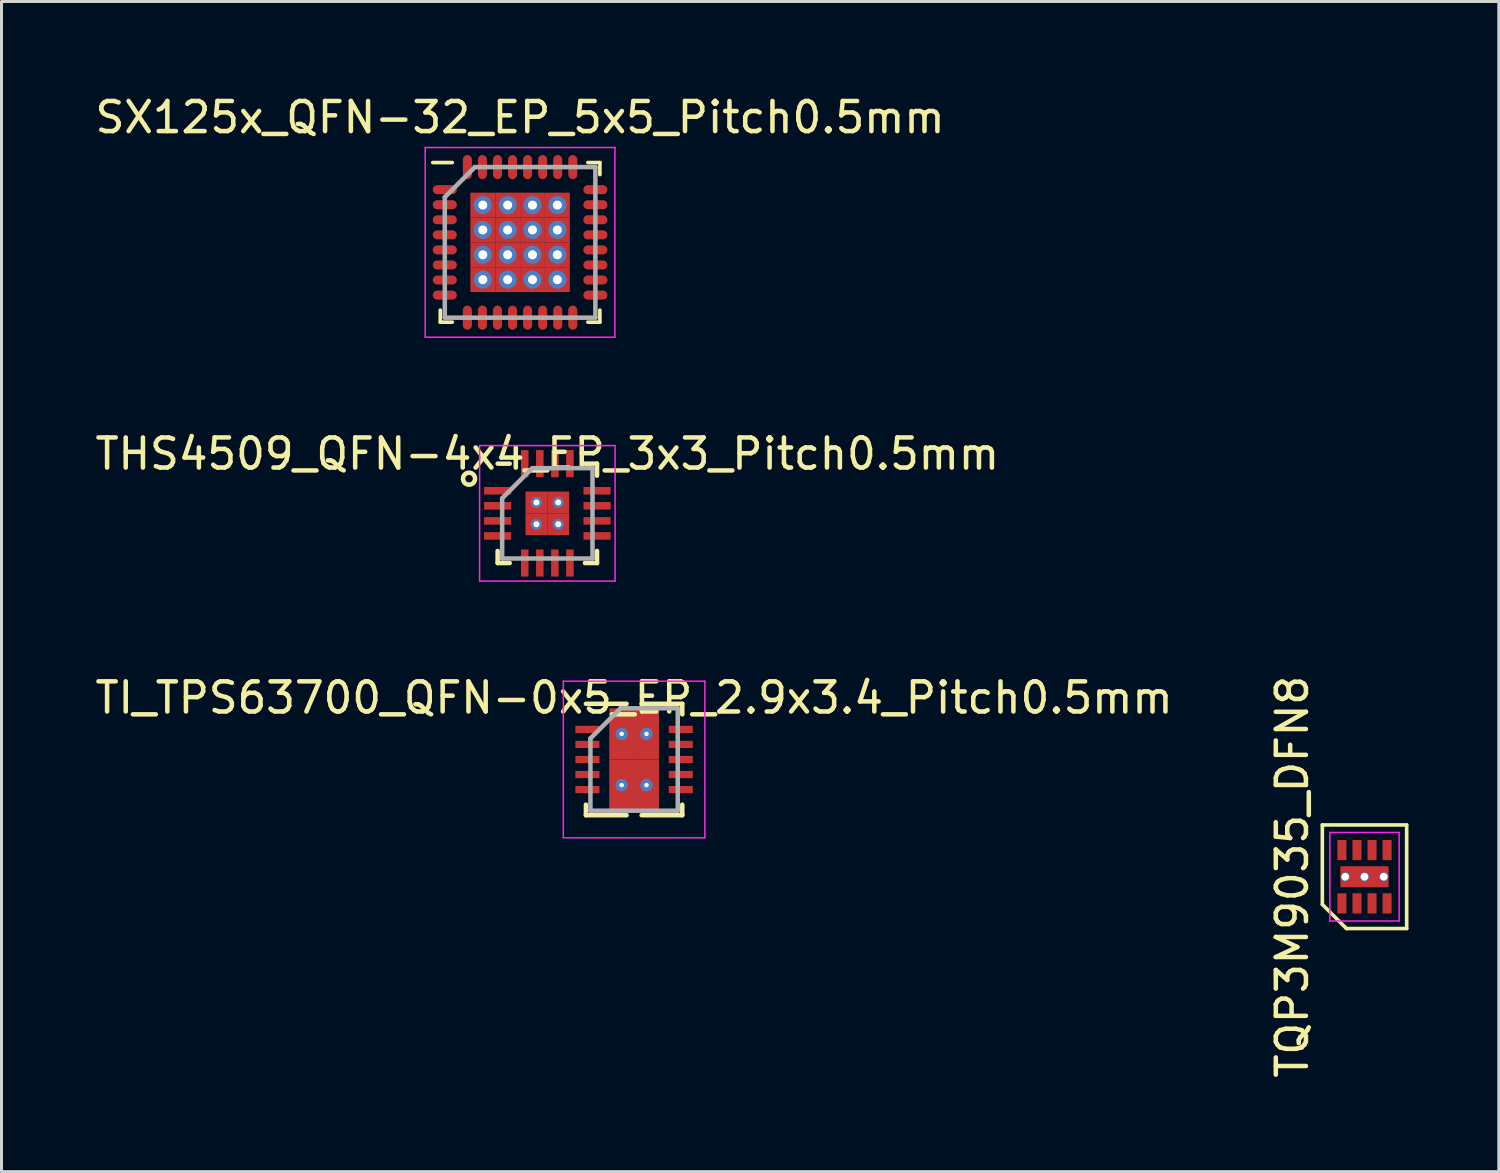
<source format=kicad_pcb>
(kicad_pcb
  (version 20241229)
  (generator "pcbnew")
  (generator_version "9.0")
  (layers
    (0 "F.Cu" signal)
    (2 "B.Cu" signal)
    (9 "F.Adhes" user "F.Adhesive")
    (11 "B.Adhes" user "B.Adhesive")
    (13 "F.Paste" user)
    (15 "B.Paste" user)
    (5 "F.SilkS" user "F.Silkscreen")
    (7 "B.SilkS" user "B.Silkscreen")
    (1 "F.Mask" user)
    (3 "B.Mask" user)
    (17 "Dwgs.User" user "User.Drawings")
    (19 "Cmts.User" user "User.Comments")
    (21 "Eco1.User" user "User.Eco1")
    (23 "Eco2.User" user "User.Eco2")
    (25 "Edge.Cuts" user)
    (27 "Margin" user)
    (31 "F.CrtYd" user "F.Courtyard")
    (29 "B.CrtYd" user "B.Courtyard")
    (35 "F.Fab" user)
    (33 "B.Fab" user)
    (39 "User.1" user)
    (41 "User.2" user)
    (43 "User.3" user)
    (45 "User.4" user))
  (footprint "TQP3M9035_DFN8"
    (layer "F.Cu")
    (at 42.26 26.063)
    (property "Reference" "TQP3M9035_DFN8" (at -2.4 0 90) (layer "F.SilkS") (effects (font (size 1 1) (thickness 0.15))))
    (attr smd)
    (fp_line (start -1.4 -1.72) (end 1.4 -1.72) (stroke (width 0.12) (type solid)) (layer "F.SilkS"))
    (fp_line (start -1.4 0.92) (end -1.4 -1.72) (stroke (width 0.12) (type solid)) (layer "F.SilkS"))
    (fp_line (start -0.6 1.72) (end -1.4 0.92) (stroke (width 0.12) (type solid)) (layer "F.SilkS"))
    (fp_line (start 1.4 -1.72) (end 1.4 1.72) (stroke (width 0.12) (type solid)) (layer "F.SilkS"))
    (fp_line (start 1.4 1.72) (end -0.6 1.72) (stroke (width 0.12) (type solid)) (layer "F.SilkS"))
    (fp_line (start -1.15 -1.47) (end 1.15 -1.47) (stroke (width 0.05) (type solid)) (layer "F.CrtYd"))
    (fp_line (start -1.15 1.47) (end -1.15 -1.47) (stroke (width 0.05) (type solid)) (layer "F.CrtYd"))
    (fp_line (start 1.15 -1.47) (end 1.15 1.47) (stroke (width 0.05) (type solid)) (layer "F.CrtYd"))
    (fp_line (start 1.15 1.47) (end -1.15 1.47) (stroke (width 0.05) (type solid)) (layer "F.CrtYd"))
    (pad "1" smd rect (at -0.75 0.885) (size 0.3 0.67) (layers "F.Cu" "F.Mask" "F.Paste"))
    (pad "2" smd rect (at -0.25 0.885) (size 0.3 0.67) (layers "F.Cu" "F.Mask" "F.Paste"))
    (pad "3" smd rect (at 0.25 0.885) (size 0.3 0.67) (layers "F.Cu" "F.Mask" "F.Paste"))
    (pad "4" smd rect (at 0.75 0.885) (size 0.3 0.67) (layers "F.Cu" "F.Mask" "F.Paste"))
    (pad "5" smd rect (at 0.75 -0.885) (size 0.3 0.67) (layers "F.Cu" "F.Mask" "F.Paste"))
    (pad "6" smd rect (at 0.25 -0.885) (size 0.3 0.67) (layers "F.Cu" "F.Mask" "F.Paste"))
    (pad "7" smd rect (at -0.25 -0.885) (size 0.3 0.67) (layers "F.Cu" "F.Mask" "F.Paste"))
    (pad "8" smd rect (at -0.75 -0.885) (size 0.3 0.67) (layers "F.Cu" "F.Mask" "F.Paste"))
    (pad "9" thru_hole circle (at -0.64 0) (size 0.3 0.3) (drill 0.254) (layers "*.Cu" "*.Mask"))
    (pad "9" thru_hole circle (at 0 0) (size 0.3 0.3) (drill 0.254) (layers "*.Cu" "*.Mask"))
    (pad "9" smd rect (at 0 0) (size 1.6 0.7) (layers "F.Cu" "F.Mask" "F.Paste"))
    (pad "9" thru_hole circle (at 0.64 0) (size 0.3 0.3) (drill 0.254) (layers "*.Cu" "*.Mask")))
  (footprint "TI_TPS63700_QFN-0x5_EP_2.9x3.4_Pitch0.5mm"
    (layer "F.Cu")
    (at 18.006 22.17)
    (property "Reference" "TI_TPS63700_QFN-0x5_EP_2.9x3.4_Pitch0.5mm" (at 0 -2.05 0) (layer "F.SilkS") (effects (font (size 1 1) (thickness 0.15))))
    (attr smd)
    (fp_line (start -1.6 1.85) (end -1.6 1.5) (stroke (width 0.15) (type solid)) (layer "F.SilkS"))
    (fp_line (start -0.25 -1.85) (end -1.6 -1.85) (stroke (width 0.15) (type solid)) (layer "F.SilkS"))
    (fp_line (start -0.25 1.85) (end -1.6 1.85) (stroke (width 0.15) (type solid)) (layer "F.SilkS"))
    (fp_line (start 0.25 -1.85) (end 1.6 -1.85) (stroke (width 0.15) (type solid)) (layer "F.SilkS"))
    (fp_line (start 0.25 1.85) (end 1.6 1.85) (stroke (width 0.15) (type solid)) (layer "F.SilkS"))
    (fp_line (start 1.6 -1.85) (end 1.6 -1.5) (stroke (width 0.15) (type solid)) (layer "F.SilkS"))
    (fp_line (start 1.6 1.85) (end 1.6 1.5) (stroke (width 0.15) (type solid)) (layer "F.SilkS"))
    (fp_line (start -2.35 -2.6) (end 2.35 -2.6) (stroke (width 0.05) (type solid)) (layer "F.CrtYd"))
    (fp_line (start -2.35 2.6) (end -2.35 -2.6) (stroke (width 0.05) (type solid)) (layer "F.CrtYd"))
    (fp_line (start 2.35 -2.6) (end 2.35 2.6) (stroke (width 0.05) (type solid)) (layer "F.CrtYd"))
    (fp_line (start 2.35 2.6) (end -2.35 2.6) (stroke (width 0.05) (type solid)) (layer "F.CrtYd"))
    (fp_line (start -1.45 -0.7) (end -1.45 1.7) (stroke (width 0.15) (type solid)) (layer "F.Fab"))
    (fp_line (start -1.45 1.7) (end 1.45 1.7) (stroke (width 0.15) (type solid)) (layer "F.Fab"))
    (fp_line (start -0.45 -1.7) (end -1.45 -0.7) (stroke (width 0.15) (type solid)) (layer "F.Fab"))
    (fp_line (start 1.45 -1.7) (end -0.45 -1.7) (stroke (width 0.15) (type solid)) (layer "F.Fab"))
    (fp_line (start 1.45 1.7) (end 1.45 -1.7) (stroke (width 0.15) (type solid)) (layer "F.Fab"))
    (pad "1" smd rect (at -1.55 -1 90) (size 0.24 0.8) (layers "F.Cu" "F.Mask" "F.Paste"))
    (pad "2" smd rect (at -1.55 -0.5 90) (size 0.24 0.8) (layers "F.Cu" "F.Mask" "F.Paste"))
    (pad "3" smd rect (at -1.55 0 90) (size 0.24 0.8) (layers "F.Cu" "F.Mask" "F.Paste"))
    (pad "4" smd rect (at -1.55 0.5 90) (size 0.24 0.8) (layers "F.Cu" "F.Mask" "F.Paste"))
    (pad "5" smd rect (at -1.55 1 90) (size 0.24 0.8) (layers "F.Cu" "F.Mask" "F.Paste"))
    (pad "6" smd rect (at 1.55 1 90) (size 0.24 0.8) (layers "F.Cu" "F.Mask" "F.Paste"))
    (pad "7" smd rect (at 1.55 0.5 90) (size 0.24 0.8) (layers "F.Cu" "F.Mask" "F.Paste"))
    (pad "8" smd rect (at 1.55 0 90) (size 0.24 0.8) (layers "F.Cu" "F.Mask" "F.Paste"))
    (pad "9" smd rect (at 1.55 -0.5 90) (size 0.24 0.8) (layers "F.Cu" "F.Mask" "F.Paste"))
    (pad "10" smd rect (at 1.55 -1 90) (size 0.24 0.8) (layers "F.Cu" "F.Mask" "F.Paste"))
    (pad "11" thru_hole circle (at -0.412 -0.85) (size 0.412 0.412) (drill 0.15) (layers "*.Cu" "*.Mask"))
    (pad "11" smd rect (at -0.412 -0.85) (size 0.825 1.7) (layers "F.Cu" "F.Mask" "F.Paste"))
    (pad "11" thru_hole circle (at -0.412 0.85) (size 0.412 0.412) (drill 0.15) (layers "*.Cu" "*.Mask"))
    (pad "11" smd rect (at -0.412 0.85) (size 0.825 1.7) (layers "F.Cu" "F.Mask" "F.Paste"))
    (pad "11" thru_hole circle (at 0.412 -0.85) (size 0.412 0.412) (drill 0.15) (layers "*.Cu" "*.Mask"))
    (pad "11" smd rect (at 0.412 -0.85) (size 0.825 1.7) (layers "F.Cu" "F.Mask" "F.Paste"))
    (pad "11" thru_hole circle (at 0.412 0.85) (size 0.412 0.412) (drill 0.15) (layers "*.Cu" "*.Mask"))
    (pad "11" smd rect (at 0.412 0.85) (size 0.825 1.7) (layers "F.Cu" "F.Mask" "F.Paste")))
  (footprint "THS4509_QFN-4x4_EP_3x3_Pitch0.5mm"
    (layer "F.Cu")
    (at 15.125 13.996)
    (property "Reference" "THS4509_QFN-4x4_EP_3x3_Pitch0.5mm" (at 0 -1.975 0) (layer "F.SilkS") (effects (font (size 1 1) (thickness 0.15))))
    (attr through_hole)
    (fp_line (start -1.65 1.65) (end -1.65 1.25) (stroke (width 0.15) (type default)) (layer "F.SilkS"))
    (fp_line (start -1.25 -1.65) (end -1.65 -1.65) (stroke (width 0.15) (type default)) (layer "F.SilkS"))
    (fp_line (start -1.25 1.65) (end -1.65 1.65) (stroke (width 0.15) (type default)) (layer "F.SilkS"))
    (fp_line (start 1.25 -1.65) (end 1.65 -1.65) (stroke (width 0.15) (type default)) (layer "F.SilkS"))
    (fp_line (start 1.25 1.65) (end 1.65 1.65) (stroke (width 0.15) (type default)) (layer "F.SilkS"))
    (fp_line (start 1.65 -1.65) (end 1.65 -1.25) (stroke (width 0.15) (type default)) (layer "F.SilkS"))
    (fp_line (start 1.65 1.65) (end 1.65 1.25) (stroke (width 0.15) (type default)) (layer "F.SilkS"))
    (fp_circle (center -2.6 -1.15) (end -2.6 -0.95) (stroke (width 0.15) (type default)) (fill no) (layer "F.SilkS"))
    (fp_line (start -2.25 -2.25) (end 2.25 -2.25) (stroke (width 0.05) (type default)) (layer "F.CrtYd"))
    (fp_line (start -2.25 2.25) (end -2.25 -2.25) (stroke (width 0.05) (type default)) (layer "F.CrtYd"))
    (fp_line (start 2.25 -2.25) (end 2.25 2.25) (stroke (width 0.05) (type default)) (layer "F.CrtYd"))
    (fp_line (start 2.25 2.25) (end -2.25 2.25) (stroke (width 0.05) (type default)) (layer "F.CrtYd"))
    (fp_line (start -1.5 -0.5) (end -1.5 1.5) (stroke (width 0.15) (type default)) (layer "F.Fab"))
    (fp_line (start -1.5 1.5) (end 1.5 1.5) (stroke (width 0.15) (type default)) (layer "F.Fab"))
    (fp_line (start -0.5 -1.5) (end -1.5 -0.5) (stroke (width 0.15) (type default)) (layer "F.Fab"))
    (fp_line (start 1.5 -1.5) (end -0.5 -1.5) (stroke (width 0.15) (type default)) (layer "F.Fab"))
    (fp_line (start 1.5 1.5) (end 1.5 -1.5) (stroke (width 0.15) (type default)) (layer "F.Fab"))
    (pad "1" smd rect (at -1.65 -0.75 90) (size 0.25 0.9) (layers "F.Cu" "F.Mask" "F.Paste"))
    (pad "2" smd rect (at -1.65 -0.25 90) (size 0.25 0.9) (layers "F.Cu" "F.Mask" "F.Paste"))
    (pad "3" smd rect (at -1.65 0.25 90) (size 0.25 0.9) (layers "F.Cu" "F.Mask" "F.Paste"))
    (pad "4" smd rect (at -1.65 0.75 90) (size 0.25 0.9) (layers "F.Cu" "F.Mask" "F.Paste"))
    (pad "5" smd rect (at -0.75 1.65) (size 0.25 0.9) (layers "F.Cu" "F.Mask" "F.Paste"))
    (pad "6" smd rect (at -0.25 1.65) (size 0.25 0.9) (layers "F.Cu" "F.Mask" "F.Paste"))
    (pad "7" smd rect (at 0.25 1.65) (size 0.25 0.9) (layers "F.Cu" "F.Mask" "F.Paste"))
    (pad "8" smd rect (at 0.75 1.65) (size 0.25 0.9) (layers "F.Cu" "F.Mask" "F.Paste"))
    (pad "9" smd rect (at 1.65 0.75 90) (size 0.25 0.9) (layers "F.Cu" "F.Mask" "F.Paste"))
    (pad "10" smd rect (at 1.65 0.25 90) (size 0.25 0.9) (layers "F.Cu" "F.Mask" "F.Paste"))
    (pad "11" smd rect (at 1.65 -0.25 90) (size 0.25 0.9) (layers "F.Cu" "F.Mask" "F.Paste"))
    (pad "12" smd rect (at 1.65 -0.75 90) (size 0.25 0.9) (layers "F.Cu" "F.Mask" "F.Paste"))
    (pad "13" smd rect (at 0.75 -1.65) (size 0.25 0.9) (layers "F.Cu" "F.Mask" "F.Paste"))
    (pad "14" smd rect (at 0.25 -1.65) (size 0.25 0.9) (layers "F.Cu" "F.Mask" "F.Paste"))
    (pad "15" smd rect (at -0.25 -1.65) (size 0.25 0.9) (layers "F.Cu" "F.Mask" "F.Paste"))
    (pad "16" smd rect (at -0.75 -1.65) (size 0.25 0.9) (layers "F.Cu" "F.Mask" "F.Paste"))
    (pad "17" thru_hole circle (at -0.362 -0.362) (size 0.362 0.362) (drill 0.2) (layers "*.Cu" "*.Mask"))
    (pad "17" smd rect (at -0.362 -0.362) (size 0.725 0.725) (layers "F.Cu" "F.Mask" "F.Paste"))
    (pad "17" thru_hole circle (at -0.362 0.362) (size 0.362 0.362) (drill 0.2) (layers "*.Cu" "*.Mask"))
    (pad "17" smd rect (at -0.362 0.362) (size 0.725 0.725) (layers "F.Cu" "F.Mask" "F.Paste"))
    (pad "17" thru_hole circle (at 0.362 -0.362) (size 0.362 0.362) (drill 0.2) (layers "*.Cu" "*.Mask"))
    (pad "17" smd rect (at 0.362 -0.362) (size 0.725 0.725) (layers "F.Cu" "F.Mask" "F.Paste"))
    (pad "17" thru_hole circle (at 0.362 0.362) (size 0.362 0.362) (drill 0.2) (layers "*.Cu" "*.Mask"))
    (pad "17" smd rect (at 0.362 0.362) (size 0.725 0.725) (layers "F.Cu" "F.Mask" "F.Paste")))
  (footprint "SX125x_QFN-32_EP_5x5_Pitch0.5mm"
    (layer "F.Cu")
    (at 14.22 4.998)
    (property "Reference" "SX125x_QFN-32_EP_5x5_Pitch0.5mm" (at 0 -4.15 0) (layer "F.SilkS") (effects (font (size 1 1) (thickness 0.15))))
    (attr through_hole)
    (fp_line (start -2.65 2.65) (end -2.65 2.25) (stroke (width 0.12) (type solid)) (layer "F.SilkS"))
    (fp_line (start -2.25 -2.65) (end -2.9 -2.65) (stroke (width 0.12) (type solid)) (layer "F.SilkS"))
    (fp_line (start -2.25 2.65) (end -2.65 2.65) (stroke (width 0.12) (type solid)) (layer "F.SilkS"))
    (fp_line (start 2.25 -2.65) (end 2.65 -2.65) (stroke (width 0.12) (type solid)) (layer "F.SilkS"))
    (fp_line (start 2.25 2.65) (end 2.65 2.65) (stroke (width 0.12) (type solid)) (layer "F.SilkS"))
    (fp_line (start 2.65 -2.65) (end 2.65 -2.25) (stroke (width 0.12) (type solid)) (layer "F.SilkS"))
    (fp_line (start 2.65 2.65) (end 2.65 2.25) (stroke (width 0.12) (type solid)) (layer "F.SilkS"))
    (fp_line (start -3.15 -3.15) (end 3.15 -3.15) (stroke (width 0.05) (type solid)) (layer "F.CrtYd"))
    (fp_line (start -3.15 3.15) (end -3.15 -3.15) (stroke (width 0.05) (type solid)) (layer "F.CrtYd"))
    (fp_line (start 3.15 -3.15) (end 3.15 3.15) (stroke (width 0.05) (type solid)) (layer "F.CrtYd"))
    (fp_line (start 3.15 3.15) (end -3.15 3.15) (stroke (width 0.05) (type solid)) (layer "F.CrtYd"))
    (fp_line (start -2.5 -1.5) (end -2.5 2.5) (stroke (width 0.15) (type solid)) (layer "F.Fab"))
    (fp_line (start -2.5 2.5) (end 2.5 2.5) (stroke (width 0.15) (type solid)) (layer "F.Fab"))
    (fp_line (start -1.5 -2.5) (end -2.5 -1.5) (stroke (width 0.15) (type solid)) (layer "F.Fab"))
    (fp_line (start 2.5 -2.5) (end -1.5 -2.5) (stroke (width 0.15) (type solid)) (layer "F.Fab"))
    (fp_line (start 2.5 2.5) (end 2.5 -2.5) (stroke (width 0.15) (type solid)) (layer "F.Fab"))
    (pad "1" smd oval (at -2.5 -1.75 90) (size 0.3 0.8) (layers "F.Cu" "F.Mask" "F.Paste"))
    (pad "2" smd oval (at -2.5 -1.25 90) (size 0.3 0.8) (layers "F.Cu" "F.Mask" "F.Paste"))
    (pad "3" smd oval (at -2.5 -0.75 90) (size 0.3 0.8) (layers "F.Cu" "F.Mask" "F.Paste"))
    (pad "4" smd oval (at -2.5 -0.25 90) (size 0.3 0.8) (layers "F.Cu" "F.Mask" "F.Paste"))
    (pad "5" smd oval (at -2.5 0.25 90) (size 0.3 0.8) (layers "F.Cu" "F.Mask" "F.Paste"))
    (pad "6" smd oval (at -2.5 0.75 90) (size 0.3 0.8) (layers "F.Cu" "F.Mask" "F.Paste"))
    (pad "7" smd oval (at -2.5 1.25 90) (size 0.3 0.8) (layers "F.Cu" "F.Mask" "F.Paste"))
    (pad "8" smd oval (at -2.5 1.75 90) (size 0.3 0.8) (layers "F.Cu" "F.Mask" "F.Paste"))
    (pad "9" smd oval (at -1.75 2.5) (size 0.3 0.8) (layers "F.Cu" "F.Mask" "F.Paste"))
    (pad "10" smd oval (at -1.25 2.5) (size 0.3 0.8) (layers "F.Cu" "F.Mask" "F.Paste"))
    (pad "11" smd oval (at -0.75 2.5) (size 0.3 0.8) (layers "F.Cu" "F.Mask" "F.Paste"))
    (pad "12" smd oval (at -0.25 2.5) (size 0.3 0.8) (layers "F.Cu" "F.Mask" "F.Paste"))
    (pad "13" smd oval (at 0.25 2.5) (size 0.3 0.8) (layers "F.Cu" "F.Mask" "F.Paste"))
    (pad "14" smd oval (at 0.75 2.5) (size 0.3 0.8) (layers "F.Cu" "F.Mask" "F.Paste"))
    (pad "15" smd oval (at 1.25 2.5) (size 0.3 0.8) (layers "F.Cu" "F.Mask" "F.Paste"))
    (pad "16" smd oval (at 1.75 2.5) (size 0.3 0.8) (layers "F.Cu" "F.Mask" "F.Paste"))
    (pad "17" smd oval (at 2.5 1.75 90) (size 0.3 0.8) (layers "F.Cu" "F.Mask" "F.Paste"))
    (pad "18" smd oval (at 2.5 1.25 90) (size 0.3 0.8) (layers "F.Cu" "F.Mask" "F.Paste"))
    (pad "19" smd oval (at 2.5 0.75 90) (size 0.3 0.8) (layers "F.Cu" "F.Mask" "F.Paste"))
    (pad "20" smd oval (at 2.5 0.25 90) (size 0.3 0.8) (layers "F.Cu" "F.Mask" "F.Paste"))
    (pad "21" smd oval (at 2.5 -0.25 90) (size 0.3 0.8) (layers "F.Cu" "F.Mask" "F.Paste"))
    (pad "22" smd oval (at 2.5 -0.75 90) (size 0.3 0.8) (layers "F.Cu" "F.Mask" "F.Paste"))
    (pad "23" smd oval (at 2.5 -1.25 90) (size 0.3 0.8) (layers "F.Cu" "F.Mask" "F.Paste"))
    (pad "24" smd oval (at 2.5 -1.75 90) (size 0.3 0.8) (layers "F.Cu" "F.Mask" "F.Paste"))
    (pad "25" smd oval (at 1.75 -2.5) (size 0.3 0.8) (layers "F.Cu" "F.Mask" "F.Paste"))
    (pad "26" smd oval (at 1.25 -2.5) (size 0.3 0.8) (layers "F.Cu" "F.Mask" "F.Paste"))
    (pad "27" smd oval (at 0.75 -2.5) (size 0.3 0.8) (layers "F.Cu" "F.Mask" "F.Paste"))
    (pad "28" smd oval (at 0.25 -2.5) (size 0.3 0.8) (layers "F.Cu" "F.Mask" "F.Paste"))
    (pad "29" smd oval (at -0.25 -2.5) (size 0.3 0.8) (layers "F.Cu" "F.Mask" "F.Paste"))
    (pad "30" smd oval (at -0.75 -2.5) (size 0.3 0.8) (layers "F.Cu" "F.Mask" "F.Paste"))
    (pad "31" smd oval (at -1.25 -2.5) (size 0.3 0.8) (layers "F.Cu" "F.Mask" "F.Paste"))
    (pad "32" smd oval (at -1.75 -2.5) (size 0.3 0.8) (layers "F.Cu" "F.Mask" "F.Paste"))
    (pad "33" thru_hole circle (at -1.238 -1.238) (size 0.6 0.6) (drill 0.3) (layers "*.Cu" "*.Mask"))
    (pad "33" smd rect (at -1.238 -1.238) (size 0.825 0.825) (layers "F.Cu" "F.Mask" "F.Paste"))
    (pad "33" thru_hole circle (at -1.238 -0.412) (size 0.6 0.6) (drill 0.3) (layers "*.Cu" "*.Mask"))
    (pad "33" smd rect (at -1.238 -0.412) (size 0.825 0.825) (layers "F.Cu" "F.Mask" "F.Paste"))
    (pad "33" thru_hole circle (at -1.238 0.412) (size 0.6 0.6) (drill 0.3) (layers "*.Cu" "*.Mask"))
    (pad "33" smd rect (at -1.238 0.412) (size 0.825 0.825) (layers "F.Cu" "F.Mask" "F.Paste"))
    (pad "33" thru_hole circle (at -1.238 1.238) (size 0.6 0.6) (drill 0.3) (layers "*.Cu" "*.Mask"))
    (pad "33" smd rect (at -1.238 1.238) (size 0.825 0.825) (layers "F.Cu" "F.Mask" "F.Paste"))
    (pad "33" thru_hole circle (at -0.412 -1.238) (size 0.6 0.6) (drill 0.3) (layers "*.Cu" "*.Mask"))
    (pad "33" smd rect (at -0.412 -1.238) (size 0.825 0.825) (layers "F.Cu" "F.Mask"))
    (pad "33" thru_hole circle (at -0.412 -0.412) (size 0.6 0.6) (drill 0.3) (layers "*.Cu" "*.Mask"))
    (pad "33" smd rect (at -0.412 -0.412) (size 0.825 0.825) (layers "F.Cu" "F.Mask" "F.Paste"))
    (pad "33" thru_hole circle (at -0.412 0.412) (size 0.6 0.6) (drill 0.3) (layers "*.Cu" "*.Mask"))
    (pad "33" smd rect (at -0.412 0.412) (size 0.825 0.825) (layers "F.Cu" "F.Mask" "F.Paste"))
    (pad "33" thru_hole circle (at -0.412 1.238) (size 0.6 0.6) (drill 0.3) (layers "*.Cu" "*.Mask"))
    (pad "33" smd rect (at -0.412 1.238) (size 0.825 0.825) (layers "F.Cu" "F.Mask" "F.Paste"))
    (pad "33" thru_hole circle (at 0.412 -1.238) (size 0.6 0.6) (drill 0.3) (layers "*.Cu" "*.Mask"))
    (pad "33" smd rect (at 0.412 -1.238) (size 0.825 0.825) (layers "F.Cu" "F.Mask"))
    (pad "33" thru_hole circle (at 0.412 -0.412) (size 0.6 0.6) (drill 0.3) (layers "*.Cu" "*.Mask"))
    (pad "33" smd rect (at 0.412 -0.412) (size 0.825 0.825) (layers "F.Cu" "F.Mask" "F.Paste"))
    (pad "33" thru_hole circle (at 0.412 0.412) (size 0.6 0.6) (drill 0.3) (layers "*.Cu" "*.Mask"))
    (pad "33" smd rect (at 0.412 0.412) (size 0.825 0.825) (layers "F.Cu" "F.Mask" "F.Paste"))
    (pad "33" thru_hole circle (at 0.412 1.238) (size 0.6 0.6) (drill 0.3) (layers "*.Cu" "*.Mask"))
    (pad "33" smd rect (at 0.412 1.238) (size 0.825 0.825) (layers "F.Cu" "F.Mask" "F.Paste"))
    (pad "33" thru_hole circle (at 1.238 -1.238) (size 0.6 0.6) (drill 0.3) (layers "*.Cu" "*.Mask"))
    (pad "33" smd rect (at 1.238 -1.238) (size 0.825 0.825) (layers "F.Cu" "F.Mask" "F.Paste"))
    (pad "33" thru_hole circle (at 1.238 -0.412) (size 0.6 0.6) (drill 0.3) (layers "*.Cu" "*.Mask"))
    (pad "33" smd rect (at 1.238 -0.412) (size 0.825 0.825) (layers "F.Cu" "F.Mask" "F.Paste"))
    (pad "33" thru_hole circle (at 1.238 0.412) (size 0.6 0.6) (drill 0.3) (layers "*.Cu" "*.Mask"))
    (pad "33" smd rect (at 1.238 0.412) (size 0.825 0.825) (layers "F.Cu" "F.Mask" "F.Paste"))
    (pad "33" thru_hole circle (at 1.238 1.238) (size 0.6 0.6) (drill 0.3) (layers "*.Cu" "*.Mask"))
    (pad "33" smd rect (at 1.238 1.238) (size 0.825 0.825) (layers "F.Cu" "F.Mask" "F.Paste")))
  (gr_rect
    (start -3 -3)
    (end 46.72 35.855)
    (stroke (width 0.1) (type default))
    (fill no)
    (layer "Edge.Cuts")))
</source>
